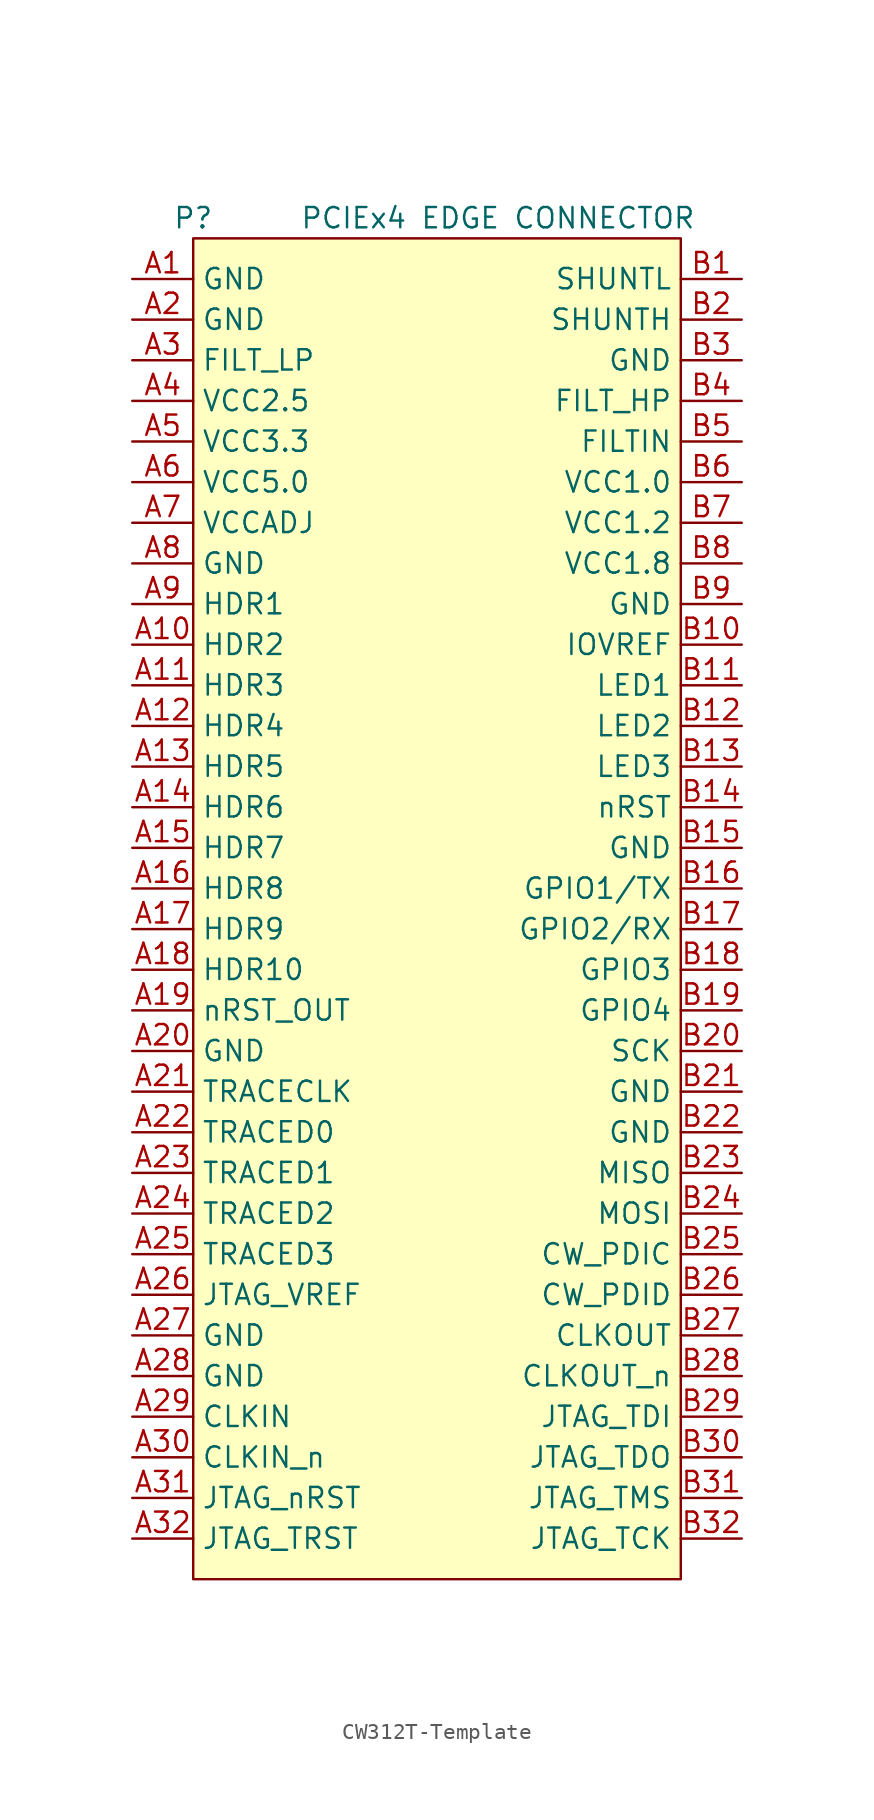
<source format=kicad_sym>
(kicad_symbol_lib
  (version 20231120)
  (generator "kicad_symbol_editor")
  (generator_version "8.0")
  (symbol "CW312T-Template"
    (property "Reference" "P"
      (at -15.24 3.81 0)
      (effects (font (size 1.27 1.27))))
    (property "Value" "PCIEx4 EDGE CONNECTOR "
      (at 3.81 3.81 0)
      (effects (font (size 1.27 1.27))))
    (symbol "CW312T-Template_1_1"
      (rectangle (start -15.24 2.54) (end 15.24 -81.28) (stroke (width 0) (type default)) (fill (type background)))
      (pin unspecified line (at -19.05 0 0) (length 3.81) (name "GND" (effects (font (size 1.27 1.27)))) (number "A1" (effects (font (size 1.27 1.27)))))
      (pin unspecified line (at -19.05 -22.86 0) (length 3.81) (name "HDR2" (effects (font (size 1.27 1.27)))) (number "A10" (effects (font (size 1.27 1.27)))))
      (pin unspecified line (at -19.05 -25.4 0) (length 3.81) (name "HDR3" (effects (font (size 1.27 1.27)))) (number "A11" (effects (font (size 1.27 1.27)))))
      (pin unspecified line (at -19.05 -27.94 0) (length 3.81) (name "HDR4" (effects (font (size 1.27 1.27)))) (number "A12" (effects (font (size 1.27 1.27)))))
      (pin unspecified line (at -19.05 -30.48 0) (length 3.81) (name "HDR5" (effects (font (size 1.27 1.27)))) (number "A13" (effects (font (size 1.27 1.27)))))
      (pin unspecified line (at -19.05 -33.02 0) (length 3.81) (name "HDR6" (effects (font (size 1.27 1.27)))) (number "A14" (effects (font (size 1.27 1.27)))))
      (pin unspecified line (at -19.05 -35.56 0) (length 3.81) (name "HDR7" (effects (font (size 1.27 1.27)))) (number "A15" (effects (font (size 1.27 1.27)))))
      (pin unspecified line (at -19.05 -38.1 0) (length 3.81) (name "HDR8" (effects (font (size 1.27 1.27)))) (number "A16" (effects (font (size 1.27 1.27)))))
      (pin unspecified line (at -19.05 -40.64 0) (length 3.81) (name "HDR9" (effects (font (size 1.27 1.27)))) (number "A17" (effects (font (size 1.27 1.27)))))
      (pin unspecified line (at -19.05 -43.18 0) (length 3.81) (name "HDR10" (effects (font (size 1.27 1.27)))) (number "A18" (effects (font (size 1.27 1.27)))))
      (pin unspecified line (at -19.05 -45.72 0) (length 3.81) (name "nRST_OUT" (effects (font (size 1.27 1.27)))) (number "A19" (effects (font (size 1.27 1.27)))))
      (pin unspecified line (at -19.05 -2.54 0) (length 3.81) (name "GND" (effects (font (size 1.27 1.27)))) (number "A2" (effects (font (size 1.27 1.27)))))
      (pin unspecified line (at -19.05 -48.26 0) (length 3.81) (name "GND" (effects (font (size 1.27 1.27)))) (number "A20" (effects (font (size 1.27 1.27)))))
      (pin unspecified line (at -19.05 -50.8 0) (length 3.81) (name "TRACECLK" (effects (font (size 1.27 1.27)))) (number "A21" (effects (font (size 1.27 1.27)))))
      (pin unspecified line (at -19.05 -53.34 0) (length 3.81) (name "TRACED0" (effects (font (size 1.27 1.27)))) (number "A22" (effects (font (size 1.27 1.27)))))
      (pin unspecified line (at -19.05 -55.88 0) (length 3.81) (name "TRACED1" (effects (font (size 1.27 1.27)))) (number "A23" (effects (font (size 1.27 1.27)))))
      (pin unspecified line (at -19.05 -58.42 0) (length 3.81) (name "TRACED2" (effects (font (size 1.27 1.27)))) (number "A24" (effects (font (size 1.27 1.27)))))
      (pin unspecified line (at -19.05 -60.96 0) (length 3.81) (name "TRACED3" (effects (font (size 1.27 1.27)))) (number "A25" (effects (font (size 1.27 1.27)))))
      (pin unspecified line (at -19.05 -63.5 0) (length 3.81) (name "JTAG_VREF" (effects (font (size 1.27 1.27)))) (number "A26" (effects (font (size 1.27 1.27)))))
      (pin unspecified line (at -19.05 -66.04 0) (length 3.81) (name "GND" (effects (font (size 1.27 1.27)))) (number "A27" (effects (font (size 1.27 1.27)))))
      (pin unspecified line (at -19.05 -68.58 0) (length 3.81) (name "GND" (effects (font (size 1.27 1.27)))) (number "A28" (effects (font (size 1.27 1.27)))))
      (pin unspecified line (at -19.05 -71.12 0) (length 3.81) (name "CLKIN" (effects (font (size 1.27 1.27)))) (number "A29" (effects (font (size 1.27 1.27)))))
      (pin unspecified line (at -19.05 -5.08 0) (length 3.81) (name "FILT_LP" (effects (font (size 1.27 1.27)))) (number "A3" (effects (font (size 1.27 1.27)))))
      (pin unspecified line (at -19.05 -73.66 0) (length 3.81) (name "CLKIN_n" (effects (font (size 1.27 1.27)))) (number "A30" (effects (font (size 1.27 1.27)))))
      (pin unspecified line (at -19.05 -76.2 0) (length 3.81) (name "JTAG_nRST" (effects (font (size 1.27 1.27)))) (number "A31" (effects (font (size 1.27 1.27)))))
      (pin unspecified line (at -19.05 -78.74 0) (length 3.81) (name "JTAG_TRST" (effects (font (size 1.27 1.27)))) (number "A32" (effects (font (size 1.27 1.27)))))
      (pin unspecified line (at -19.05 -7.62 0) (length 3.81) (name "VCC2.5" (effects (font (size 1.27 1.27)))) (number "A4" (effects (font (size 1.27 1.27)))))
      (pin unspecified line (at -19.05 -10.16 0) (length 3.81) (name "VCC3.3" (effects (font (size 1.27 1.27)))) (number "A5" (effects (font (size 1.27 1.27)))))
      (pin unspecified line (at -19.05 -12.7 0) (length 3.81) (name "VCC5.0" (effects (font (size 1.27 1.27)))) (number "A6" (effects (font (size 1.27 1.27)))))
      (pin unspecified line (at -19.05 -15.24 0) (length 3.81) (name "VCCADJ" (effects (font (size 1.27 1.27)))) (number "A7" (effects (font (size 1.27 1.27)))))
      (pin unspecified line (at -19.05 -17.78 0) (length 3.81) (name "GND" (effects (font (size 1.27 1.27)))) (number "A8" (effects (font (size 1.27 1.27)))))
      (pin unspecified line (at -19.05 -20.32 0) (length 3.81) (name "HDR1" (effects (font (size 1.27 1.27)))) (number "A9" (effects (font (size 1.27 1.27)))))
      (pin unspecified line (at 19.05 0 180) (length 3.81) (name "SHUNTL" (effects (font (size 1.27 1.27)))) (number "B1" (effects (font (size 1.27 1.27)))))
      (pin unspecified line (at 19.05 -22.86 180) (length 3.81) (name "IOVREF" (effects (font (size 1.27 1.27)))) (number "B10" (effects (font (size 1.27 1.27)))))
      (pin unspecified line (at 19.05 -25.4 180) (length 3.81) (name "LED1" (effects (font (size 1.27 1.27)))) (number "B11" (effects (font (size 1.27 1.27)))))
      (pin unspecified line (at 19.05 -27.94 180) (length 3.81) (name "LED2" (effects (font (size 1.27 1.27)))) (number "B12" (effects (font (size 1.27 1.27)))))
      (pin unspecified line (at 19.05 -30.48 180) (length 3.81) (name "LED3" (effects (font (size 1.27 1.27)))) (number "B13" (effects (font (size 1.27 1.27)))))
      (pin unspecified line (at 19.05 -33.02 180) (length 3.81) (name "nRST" (effects (font (size 1.27 1.27)))) (number "B14" (effects (font (size 1.27 1.27)))))
      (pin unspecified line (at 19.05 -35.56 180) (length 3.81) (name "GND" (effects (font (size 1.27 1.27)))) (number "B15" (effects (font (size 1.27 1.27)))))
      (pin unspecified line (at 19.05 -38.1 180) (length 3.81) (name "GPIO1/TX" (effects (font (size 1.27 1.27)))) (number "B16" (effects (font (size 1.27 1.27)))))
      (pin unspecified line (at 19.05 -40.64 180) (length 3.81) (name "GPIO2/RX" (effects (font (size 1.27 1.27)))) (number "B17" (effects (font (size 1.27 1.27)))))
      (pin unspecified line (at 19.05 -43.18 180) (length 3.81) (name "GPIO3" (effects (font (size 1.27 1.27)))) (number "B18" (effects (font (size 1.27 1.27)))))
      (pin unspecified line (at 19.05 -45.72 180) (length 3.81) (name "GPIO4" (effects (font (size 1.27 1.27)))) (number "B19" (effects (font (size 1.27 1.27)))))
      (pin unspecified line (at 19.05 -2.54 180) (length 3.81) (name "SHUNTH" (effects (font (size 1.27 1.27)))) (number "B2" (effects (font (size 1.27 1.27)))))
      (pin unspecified line (at 19.05 -48.26 180) (length 3.81) (name "SCK" (effects (font (size 1.27 1.27)))) (number "B20" (effects (font (size 1.27 1.27)))))
      (pin unspecified line (at 19.05 -50.8 180) (length 3.81) (name "GND" (effects (font (size 1.27 1.27)))) (number "B21" (effects (font (size 1.27 1.27)))))
      (pin unspecified line (at 19.05 -53.34 180) (length 3.81) (name "GND" (effects (font (size 1.27 1.27)))) (number "B22" (effects (font (size 1.27 1.27)))))
      (pin unspecified line (at 19.05 -55.88 180) (length 3.81) (name "MISO" (effects (font (size 1.27 1.27)))) (number "B23" (effects (font (size 1.27 1.27)))))
      (pin unspecified line (at 19.05 -58.42 180) (length 3.81) (name "MOSI" (effects (font (size 1.27 1.27)))) (number "B24" (effects (font (size 1.27 1.27)))))
      (pin unspecified line (at 19.05 -60.96 180) (length 3.81) (name "CW_PDIC" (effects (font (size 1.27 1.27)))) (number "B25" (effects (font (size 1.27 1.27)))))
      (pin unspecified line (at 19.05 -63.5 180) (length 3.81) (name "CW_PDID" (effects (font (size 1.27 1.27)))) (number "B26" (effects (font (size 1.27 1.27)))))
      (pin unspecified line (at 19.05 -66.04 180) (length 3.81) (name "CLKOUT" (effects (font (size 1.27 1.27)))) (number "B27" (effects (font (size 1.27 1.27)))))
      (pin unspecified line (at 19.05 -68.58 180) (length 3.81) (name "CLKOUT_n" (effects (font (size 1.27 1.27)))) (number "B28" (effects (font (size 1.27 1.27)))))
      (pin unspecified line (at 19.05 -71.12 180) (length 3.81) (name "JTAG_TDI" (effects (font (size 1.27 1.27)))) (number "B29" (effects (font (size 1.27 1.27)))))
      (pin unspecified line (at 19.05 -5.08 180) (length 3.81) (name "GND" (effects (font (size 1.27 1.27)))) (number "B3" (effects (font (size 1.27 1.27)))))
      (pin unspecified line (at 19.05 -73.66 180) (length 3.81) (name "JTAG_TDO" (effects (font (size 1.27 1.27)))) (number "B30" (effects (font (size 1.27 1.27)))))
      (pin unspecified line (at 19.05 -76.2 180) (length 3.81) (name "JTAG_TMS" (effects (font (size 1.27 1.27)))) (number "B31" (effects (font (size 1.27 1.27)))))
      (pin unspecified line (at 19.05 -78.74 180) (length 3.81) (name "JTAG_TCK" (effects (font (size 1.27 1.27)))) (number "B32" (effects (font (size 1.27 1.27)))))
      (pin unspecified line (at 19.05 -7.62 180) (length 3.81) (name "FILT_HP" (effects (font (size 1.27 1.27)))) (number "B4" (effects (font (size 1.27 1.27)))))
      (pin unspecified line (at 19.05 -10.16 180) (length 3.81) (name "FILTIN" (effects (font (size 1.27 1.27)))) (number "B5" (effects (font (size 1.27 1.27)))))
      (pin unspecified line (at 19.05 -12.7 180) (length 3.81) (name "VCC1.0" (effects (font (size 1.27 1.27)))) (number "B6" (effects (font (size 1.27 1.27)))))
      (pin unspecified line (at 19.05 -15.24 180) (length 3.81) (name "VCC1.2" (effects (font (size 1.27 1.27)))) (number "B7" (effects (font (size 1.27 1.27)))))
      (pin unspecified line (at 19.05 -17.78 180) (length 3.81) (name "VCC1.8" (effects (font (size 1.27 1.27)))) (number "B8" (effects (font (size 1.27 1.27)))))
      (pin unspecified line (at 19.05 -20.32 180) (length 3.81) (name "GND" (effects (font (size 1.27 1.27)))) (number "B9" (effects (font (size 1.27 1.27))))))))
</source>
